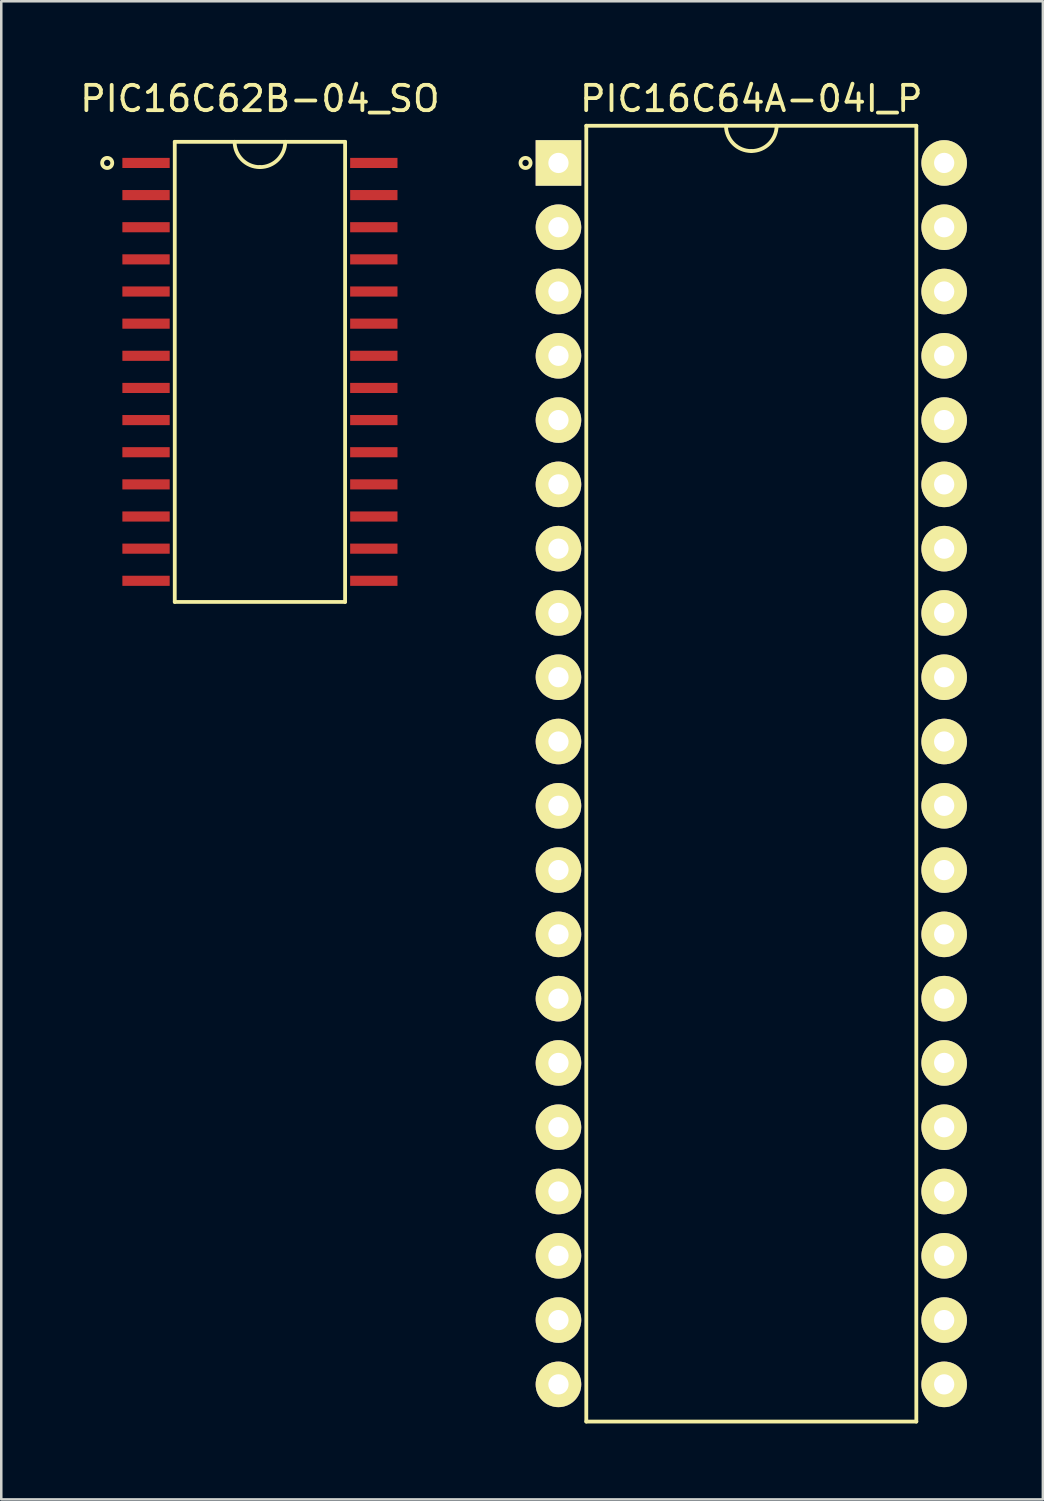
<source format=kicad_pcb>
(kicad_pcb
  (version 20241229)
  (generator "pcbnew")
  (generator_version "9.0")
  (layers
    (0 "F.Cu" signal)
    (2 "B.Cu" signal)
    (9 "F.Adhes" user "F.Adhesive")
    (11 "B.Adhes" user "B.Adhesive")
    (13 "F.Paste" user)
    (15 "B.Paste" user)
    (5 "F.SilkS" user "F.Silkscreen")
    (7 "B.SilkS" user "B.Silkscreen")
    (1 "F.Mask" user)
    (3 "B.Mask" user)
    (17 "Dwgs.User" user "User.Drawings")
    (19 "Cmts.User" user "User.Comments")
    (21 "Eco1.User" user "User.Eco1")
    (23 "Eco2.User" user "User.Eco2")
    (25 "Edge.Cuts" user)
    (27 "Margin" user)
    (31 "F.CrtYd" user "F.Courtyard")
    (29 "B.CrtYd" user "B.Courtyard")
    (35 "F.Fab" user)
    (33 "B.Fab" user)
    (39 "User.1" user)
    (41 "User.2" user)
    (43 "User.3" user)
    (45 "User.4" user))
  (footprint "PIC16C62B-04_SO"
    (layer "F.Cu")
    (at 2.72 3.388)
    (property "Reference" "PIC16C62B-04_SO" (at 4.5 -2.54 0) (layer "F.SilkS") (effects (font (size 1 1) (thickness 0.15))))
    (attr through_hole)
    (fp_line (start 1.135 -0.835) (end 7.865 -0.835) (stroke (width 0.15) (type solid)) (layer "F.SilkS"))
    (fp_line (start 1.135 17.345) (end 1.135 -0.835) (stroke (width 0.15) (type solid)) (layer "F.SilkS"))
    (fp_line (start 7.865 -0.835) (end 7.865 17.345) (stroke (width 0.15) (type solid)) (layer "F.SilkS"))
    (fp_line (start 7.865 17.345) (end 1.135 17.345) (stroke (width 0.15) (type solid)) (layer "F.SilkS"))
    (fp_arc (start 4.5 0.165) (mid 3.792893 -0.127893) (end 3.5 -0.835) (stroke (width 0.15) (type solid)) (layer "F.SilkS"))
    (fp_arc (start 5.5 -0.835) (mid 5.207107 -0.127893) (end 4.5 0.165) (stroke (width 0.15) (type solid)) (layer "F.SilkS"))
    (fp_circle (center -1.535 0) (end -1.535 0.2) (stroke (width 0.15) (type solid)) (fill no) (layer "F.SilkS"))
    (pad "1" smd rect (at 0 0) (size 1.87 0.4) (layers "F.Cu" "F.Mask" "F.Paste"))
    (pad "2" smd rect (at 0 1.27) (size 1.87 0.4) (layers "F.Cu" "F.Mask" "F.Paste"))
    (pad "3" smd rect (at 0 2.54) (size 1.87 0.4) (layers "F.Cu" "F.Mask" "F.Paste"))
    (pad "4" smd rect (at 0 3.81) (size 1.87 0.4) (layers "F.Cu" "F.Mask" "F.Paste"))
    (pad "5" smd rect (at 0 5.08) (size 1.87 0.4) (layers "F.Cu" "F.Mask" "F.Paste"))
    (pad "6" smd rect (at 0 6.35) (size 1.87 0.4) (layers "F.Cu" "F.Mask" "F.Paste"))
    (pad "7" smd rect (at 0 7.62) (size 1.87 0.4) (layers "F.Cu" "F.Mask" "F.Paste"))
    (pad "8" smd rect (at 0 8.89) (size 1.87 0.4) (layers "F.Cu" "F.Mask" "F.Paste"))
    (pad "9" smd rect (at 0 10.16) (size 1.87 0.4) (layers "F.Cu" "F.Mask" "F.Paste"))
    (pad "10" smd rect (at 0 11.43) (size 1.87 0.4) (layers "F.Cu" "F.Mask" "F.Paste"))
    (pad "11" smd rect (at 0 12.7) (size 1.87 0.4) (layers "F.Cu" "F.Mask" "F.Paste"))
    (pad "12" smd rect (at 0 13.97) (size 1.87 0.4) (layers "F.Cu" "F.Mask" "F.Paste"))
    (pad "13" smd rect (at 0 15.24) (size 1.87 0.4) (layers "F.Cu" "F.Mask" "F.Paste"))
    (pad "14" smd rect (at 0 16.51) (size 1.87 0.4) (layers "F.Cu" "F.Mask" "F.Paste"))
    (pad "15" smd rect (at 9 16.51) (size 1.87 0.4) (layers "F.Cu" "F.Mask" "F.Paste"))
    (pad "16" smd rect (at 9 15.24) (size 1.87 0.4) (layers "F.Cu" "F.Mask" "F.Paste"))
    (pad "17" smd rect (at 9 13.97) (size 1.87 0.4) (layers "F.Cu" "F.Mask" "F.Paste"))
    (pad "18" smd rect (at 9 12.7) (size 1.87 0.4) (layers "F.Cu" "F.Mask" "F.Paste"))
    (pad "19" smd rect (at 9 11.43) (size 1.87 0.4) (layers "F.Cu" "F.Mask" "F.Paste"))
    (pad "20" smd rect (at 9 10.16) (size 1.87 0.4) (layers "F.Cu" "F.Mask" "F.Paste"))
    (pad "21" smd rect (at 9 8.89) (size 1.87 0.4) (layers "F.Cu" "F.Mask" "F.Paste"))
    (pad "22" smd rect (at 9 7.62) (size 1.87 0.4) (layers "F.Cu" "F.Mask" "F.Paste"))
    (pad "23" smd rect (at 9 6.35) (size 1.87 0.4) (layers "F.Cu" "F.Mask" "F.Paste"))
    (pad "24" smd rect (at 9 5.08) (size 1.87 0.4) (layers "F.Cu" "F.Mask" "F.Paste"))
    (pad "25" smd rect (at 9 3.81) (size 1.87 0.4) (layers "F.Cu" "F.Mask" "F.Paste"))
    (pad "26" smd rect (at 9 2.54) (size 1.87 0.4) (layers "F.Cu" "F.Mask" "F.Paste"))
    (pad "27" smd rect (at 9 1.27) (size 1.87 0.4) (layers "F.Cu" "F.Mask" "F.Paste"))
    (pad "28" smd rect (at 9 0) (size 1.87 0.4) (layers "F.Cu" "F.Mask" "F.Paste")))
  (footprint "PIC16C64A-04I_P"
    (layer "F.Cu")
    (at 19.015 3.388)
    (property "Reference" "PIC16C64A-04I_P" (at 7.62 -2.54 0) (layer "F.SilkS") (effects (font (size 1 1) (thickness 0.15))))
    (attr through_hole)
    (fp_line (start 1.1 -1.47) (end 14.14 -1.47) (stroke (width 0.15) (type solid)) (layer "F.SilkS"))
    (fp_line (start 1.1 49.73) (end 1.1 -1.47) (stroke (width 0.15) (type solid)) (layer "F.SilkS"))
    (fp_line (start 14.14 -1.47) (end 14.14 49.73) (stroke (width 0.15) (type solid)) (layer "F.SilkS"))
    (fp_line (start 14.14 49.73) (end 1.1 49.73) (stroke (width 0.15) (type solid)) (layer "F.SilkS"))
    (fp_arc (start 7.62 -0.47) (mid 6.912893 -0.762893) (end 6.62 -1.47) (stroke (width 0.15) (type solid)) (layer "F.SilkS"))
    (fp_arc (start 8.62 -1.47) (mid 8.327107 -0.762893) (end 7.62 -0.47) (stroke (width 0.15) (type solid)) (layer "F.SilkS"))
    (fp_circle (center -1.3 0) (end -1.3 0.2) (stroke (width 0.15) (type solid)) (fill no) (layer "F.SilkS"))
    (pad "1" thru_hole rect (at 0 0) (size 1.8 1.8) (drill 0.8) (layers "*.Cu" "*.Mask" "F.SilkS"))
    (pad "2" thru_hole circle (at 0 2.54) (size 1.8 1.8) (drill 0.8) (layers "*.Cu" "*.Mask" "F.SilkS"))
    (pad "3" thru_hole circle (at 0 5.08) (size 1.8 1.8) (drill 0.8) (layers "*.Cu" "*.Mask" "F.SilkS"))
    (pad "4" thru_hole circle (at 0 7.62) (size 1.8 1.8) (drill 0.8) (layers "*.Cu" "*.Mask" "F.SilkS"))
    (pad "5" thru_hole circle (at 0 10.16) (size 1.8 1.8) (drill 0.8) (layers "*.Cu" "*.Mask" "F.SilkS"))
    (pad "6" thru_hole circle (at 0 12.7) (size 1.8 1.8) (drill 0.8) (layers "*.Cu" "*.Mask" "F.SilkS"))
    (pad "7" thru_hole circle (at 0 15.24) (size 1.8 1.8) (drill 0.8) (layers "*.Cu" "*.Mask" "F.SilkS"))
    (pad "8" thru_hole circle (at 0 17.78) (size 1.8 1.8) (drill 0.8) (layers "*.Cu" "*.Mask" "F.SilkS"))
    (pad "9" thru_hole circle (at 0 20.32) (size 1.8 1.8) (drill 0.8) (layers "*.Cu" "*.Mask" "F.SilkS"))
    (pad "10" thru_hole circle (at 0 22.86) (size 1.8 1.8) (drill 0.8) (layers "*.Cu" "*.Mask" "F.SilkS"))
    (pad "11" thru_hole circle (at 0 25.4) (size 1.8 1.8) (drill 0.8) (layers "*.Cu" "*.Mask" "F.SilkS"))
    (pad "12" thru_hole circle (at 0 27.94) (size 1.8 1.8) (drill 0.8) (layers "*.Cu" "*.Mask" "F.SilkS"))
    (pad "13" thru_hole circle (at 0 30.48) (size 1.8 1.8) (drill 0.8) (layers "*.Cu" "*.Mask" "F.SilkS"))
    (pad "14" thru_hole circle (at 0 33.02) (size 1.8 1.8) (drill 0.8) (layers "*.Cu" "*.Mask" "F.SilkS"))
    (pad "15" thru_hole circle (at 0 35.56) (size 1.8 1.8) (drill 0.8) (layers "*.Cu" "*.Mask" "F.SilkS"))
    (pad "16" thru_hole circle (at 0 38.1) (size 1.8 1.8) (drill 0.8) (layers "*.Cu" "*.Mask" "F.SilkS"))
    (pad "17" thru_hole circle (at 0 40.64) (size 1.8 1.8) (drill 0.8) (layers "*.Cu" "*.Mask" "F.SilkS"))
    (pad "18" thru_hole circle (at 0 43.18) (size 1.8 1.8) (drill 0.8) (layers "*.Cu" "*.Mask" "F.SilkS"))
    (pad "19" thru_hole circle (at 0 45.72) (size 1.8 1.8) (drill 0.8) (layers "*.Cu" "*.Mask" "F.SilkS"))
    (pad "20" thru_hole circle (at 0 48.26) (size 1.8 1.8) (drill 0.8) (layers "*.Cu" "*.Mask" "F.SilkS"))
    (pad "21" thru_hole circle (at 15.24 48.26) (size 1.8 1.8) (drill 0.8) (layers "*.Cu" "*.Mask" "F.SilkS"))
    (pad "22" thru_hole circle (at 15.24 45.72) (size 1.8 1.8) (drill 0.8) (layers "*.Cu" "*.Mask" "F.SilkS"))
    (pad "23" thru_hole circle (at 15.24 43.18) (size 1.8 1.8) (drill 0.8) (layers "*.Cu" "*.Mask" "F.SilkS"))
    (pad "24" thru_hole circle (at 15.24 40.64) (size 1.8 1.8) (drill 0.8) (layers "*.Cu" "*.Mask" "F.SilkS"))
    (pad "25" thru_hole circle (at 15.24 38.1) (size 1.8 1.8) (drill 0.8) (layers "*.Cu" "*.Mask" "F.SilkS"))
    (pad "26" thru_hole circle (at 15.24 35.56) (size 1.8 1.8) (drill 0.8) (layers "*.Cu" "*.Mask" "F.SilkS"))
    (pad "27" thru_hole circle (at 15.24 33.02) (size 1.8 1.8) (drill 0.8) (layers "*.Cu" "*.Mask" "F.SilkS"))
    (pad "28" thru_hole circle (at 15.24 30.48) (size 1.8 1.8) (drill 0.8) (layers "*.Cu" "*.Mask" "F.SilkS"))
    (pad "29" thru_hole circle (at 15.24 27.94) (size 1.8 1.8) (drill 0.8) (layers "*.Cu" "*.Mask" "F.SilkS"))
    (pad "30" thru_hole circle (at 15.24 25.4) (size 1.8 1.8) (drill 0.8) (layers "*.Cu" "*.Mask" "F.SilkS"))
    (pad "31" thru_hole circle (at 15.24 22.86) (size 1.8 1.8) (drill 0.8) (layers "*.Cu" "*.Mask" "F.SilkS"))
    (pad "32" thru_hole circle (at 15.24 20.32) (size 1.8 1.8) (drill 0.8) (layers "*.Cu" "*.Mask" "F.SilkS"))
    (pad "33" thru_hole circle (at 15.24 17.78) (size 1.8 1.8) (drill 0.8) (layers "*.Cu" "*.Mask" "F.SilkS"))
    (pad "34" thru_hole circle (at 15.24 15.24) (size 1.8 1.8) (drill 0.8) (layers "*.Cu" "*.Mask" "F.SilkS"))
    (pad "35" thru_hole circle (at 15.24 12.7) (size 1.8 1.8) (drill 0.8) (layers "*.Cu" "*.Mask" "F.SilkS"))
    (pad "36" thru_hole circle (at 15.24 10.16) (size 1.8 1.8) (drill 0.8) (layers "*.Cu" "*.Mask" "F.SilkS"))
    (pad "37" thru_hole circle (at 15.24 7.62) (size 1.8 1.8) (drill 0.8) (layers "*.Cu" "*.Mask" "F.SilkS"))
    (pad "38" thru_hole circle (at 15.24 5.08) (size 1.8 1.8) (drill 0.8) (layers "*.Cu" "*.Mask" "F.SilkS"))
    (pad "39" thru_hole circle (at 15.24 2.54) (size 1.8 1.8) (drill 0.8) (layers "*.Cu" "*.Mask" "F.SilkS"))
    (pad "40" thru_hole circle (at 15.24 0) (size 1.8 1.8) (drill 0.8) (layers "*.Cu" "*.Mask" "F.SilkS")))
  (gr_rect
    (start -3 -3)
    (end 38.155 56.193)
    (stroke (width 0.1) (type default))
    (fill no)
    (layer "Edge.Cuts")))
</source>
